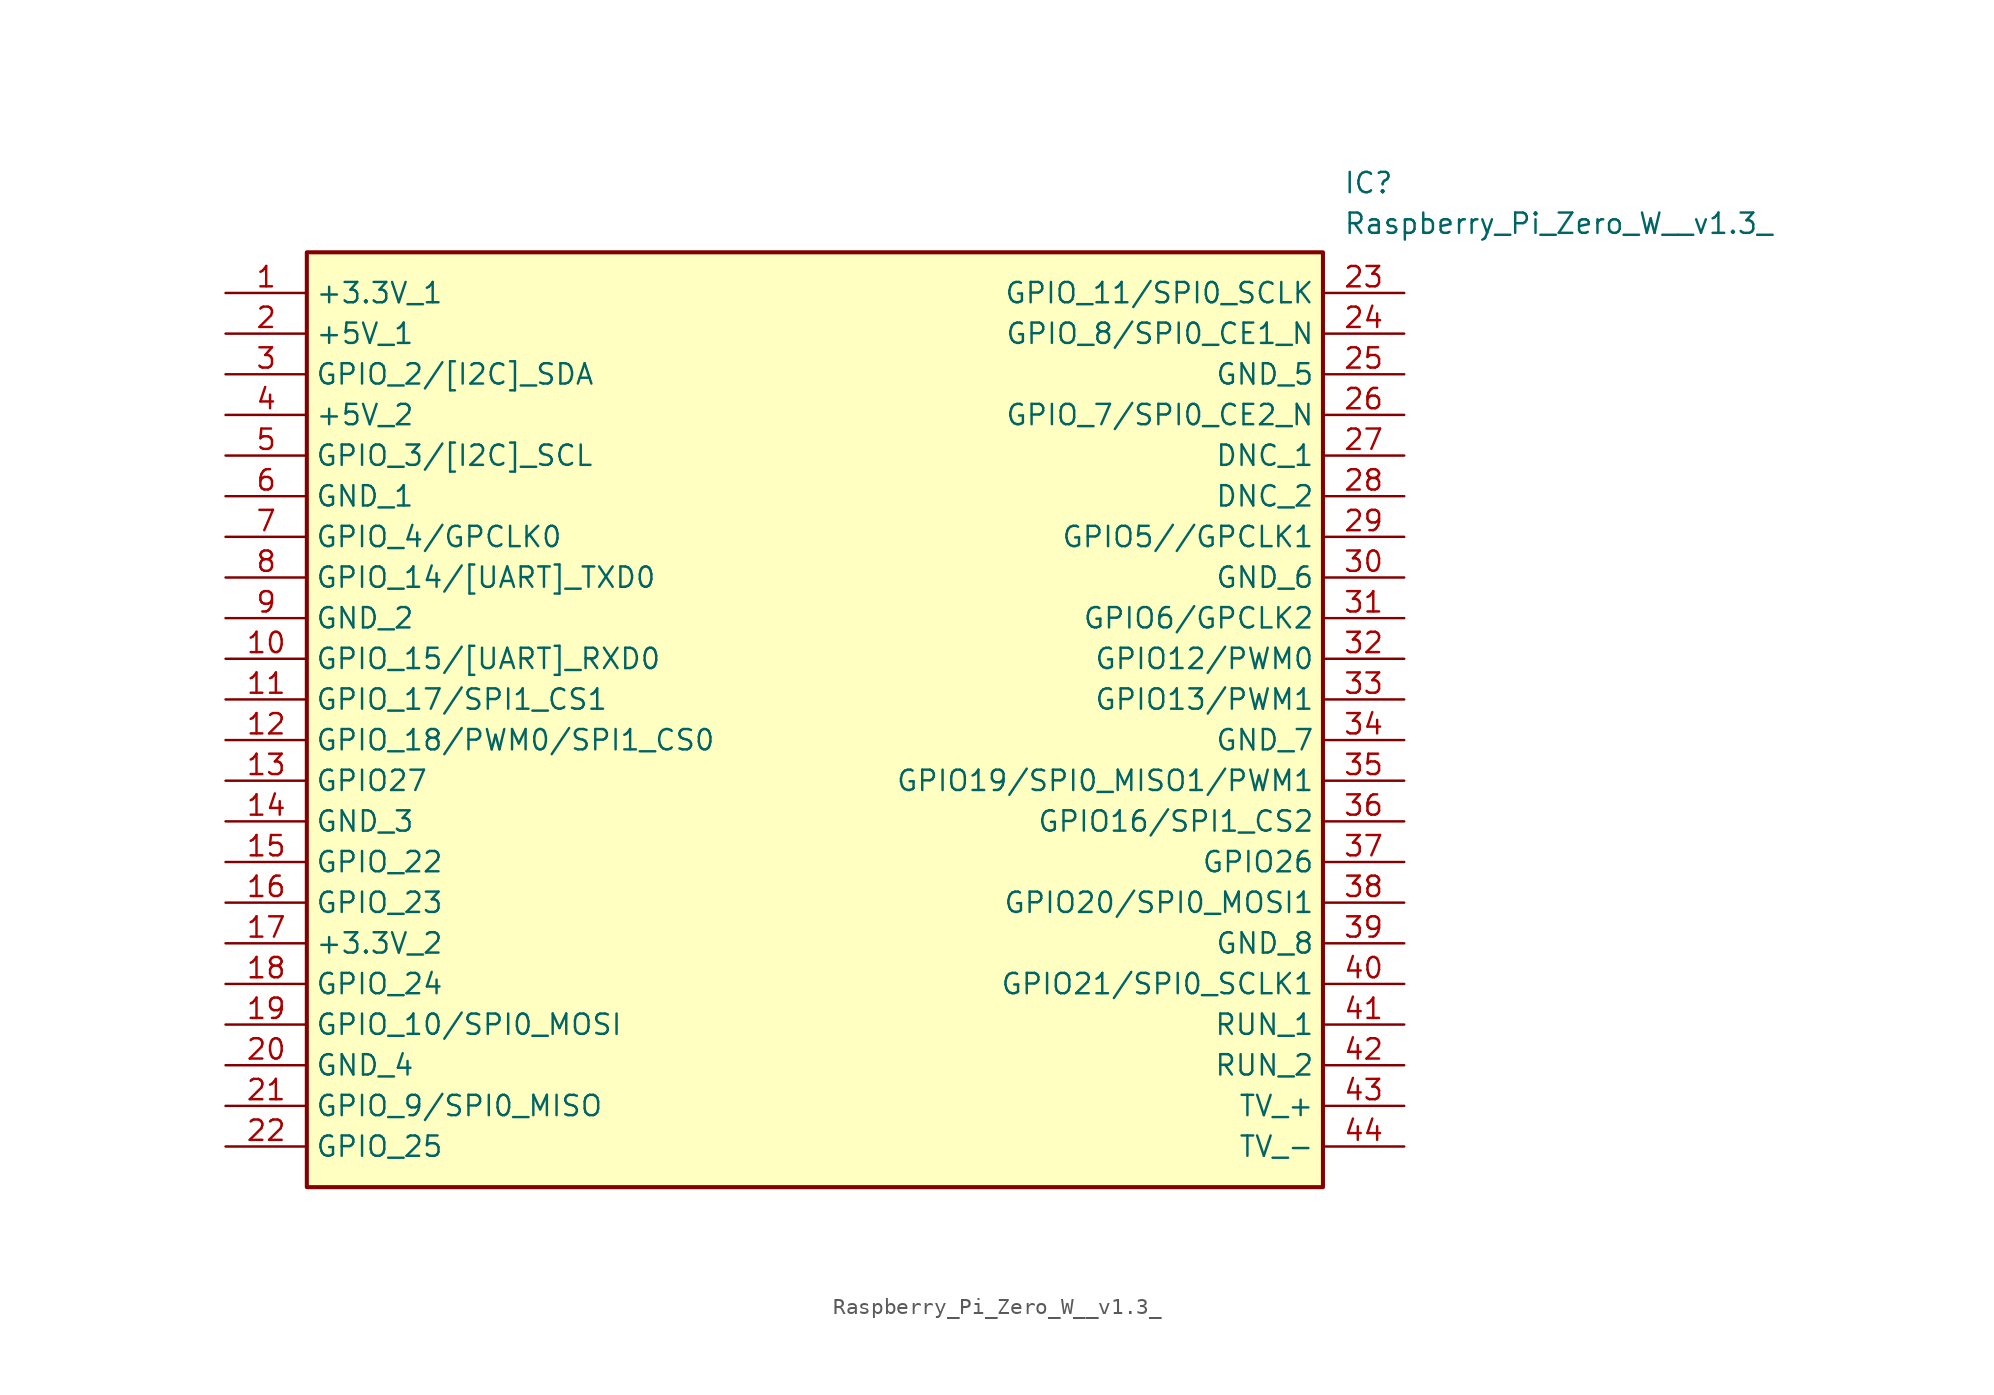
<source format=kicad_sym>
(kicad_symbol_lib
  (version 20211014)
  (generator SamacSys_ECAD_Model)
  (symbol "Raspberry_Pi_Zero_W__v1.3_"
    (property "Reference" "IC"
      (at 69.85 7.62 0)
      (effects (font (size 1.27 1.27)) (justify left top)))
    (property "Value" "Raspberry_Pi_Zero_W__v1.3_"
      (at 69.85 5.08 0)
      (effects (font (size 1.27 1.27)) (justify left top)))
    (rectangle
      (start 5.08 2.54)
      (end 68.58 -55.88)
      (stroke (width 0.254) (type default))
      (fill (type background)))
    (pin passive line
      (at 0 0 0)
      (length 5.08)
      (name "+3.3V_1" (effects (font (size 1.27 1.27))))
      (number "1" (effects (font (size 1.27 1.27)))))
    (pin passive line
      (at 0 -2.54 0)
      (length 5.08)
      (name "+5V_1" (effects (font (size 1.27 1.27))))
      (number "2" (effects (font (size 1.27 1.27)))))
    (pin passive line
      (at 0 -5.08 0)
      (length 5.08)
      (name "GPIO_2/[I2C]_SDA" (effects (font (size 1.27 1.27))))
      (number "3" (effects (font (size 1.27 1.27)))))
    (pin passive line
      (at 0 -7.62 0)
      (length 5.08)
      (name "+5V_2" (effects (font (size 1.27 1.27))))
      (number "4" (effects (font (size 1.27 1.27)))))
    (pin passive line
      (at 0 -10.16 0)
      (length 5.08)
      (name "GPIO_3/[I2C]_SCL" (effects (font (size 1.27 1.27))))
      (number "5" (effects (font (size 1.27 1.27)))))
    (pin passive line
      (at 0 -12.7 0)
      (length 5.08)
      (name "GND_1" (effects (font (size 1.27 1.27))))
      (number "6" (effects (font (size 1.27 1.27)))))
    (pin passive line
      (at 0 -15.24 0)
      (length 5.08)
      (name "GPIO_4/GPCLK0" (effects (font (size 1.27 1.27))))
      (number "7" (effects (font (size 1.27 1.27)))))
    (pin passive line
      (at 0 -17.78 0)
      (length 5.08)
      (name "GPIO_14/[UART]_TXD0" (effects (font (size 1.27 1.27))))
      (number "8" (effects (font (size 1.27 1.27)))))
    (pin passive line
      (at 0 -20.32 0)
      (length 5.08)
      (name "GND_2" (effects (font (size 1.27 1.27))))
      (number "9" (effects (font (size 1.27 1.27)))))
    (pin passive line
      (at 0 -22.86 0)
      (length 5.08)
      (name "GPIO_15/[UART]_RXD0" (effects (font (size 1.27 1.27))))
      (number "10" (effects (font (size 1.27 1.27)))))
    (pin passive line
      (at 0 -25.4 0)
      (length 5.08)
      (name "GPIO_17/SPI1_CS1" (effects (font (size 1.27 1.27))))
      (number "11" (effects (font (size 1.27 1.27)))))
    (pin passive line
      (at 0 -27.94 0)
      (length 5.08)
      (name "GPIO_18/PWM0/SPI1_CS0" (effects (font (size 1.27 1.27))))
      (number "12" (effects (font (size 1.27 1.27)))))
    (pin passive line
      (at 0 -30.48 0)
      (length 5.08)
      (name "GPIO27" (effects (font (size 1.27 1.27))))
      (number "13" (effects (font (size 1.27 1.27)))))
    (pin passive line
      (at 0 -33.02 0)
      (length 5.08)
      (name "GND_3" (effects (font (size 1.27 1.27))))
      (number "14" (effects (font (size 1.27 1.27)))))
    (pin passive line
      (at 0 -35.56 0)
      (length 5.08)
      (name "GPIO_22" (effects (font (size 1.27 1.27))))
      (number "15" (effects (font (size 1.27 1.27)))))
    (pin passive line
      (at 0 -38.1 0)
      (length 5.08)
      (name "GPIO_23" (effects (font (size 1.27 1.27))))
      (number "16" (effects (font (size 1.27 1.27)))))
    (pin passive line
      (at 0 -40.64 0)
      (length 5.08)
      (name "+3.3V_2" (effects (font (size 1.27 1.27))))
      (number "17" (effects (font (size 1.27 1.27)))))
    (pin passive line
      (at 0 -43.18 0)
      (length 5.08)
      (name "GPIO_24" (effects (font (size 1.27 1.27))))
      (number "18" (effects (font (size 1.27 1.27)))))
    (pin passive line
      (at 0 -45.72 0)
      (length 5.08)
      (name "GPIO_10/SPI0_MOSI" (effects (font (size 1.27 1.27))))
      (number "19" (effects (font (size 1.27 1.27)))))
    (pin passive line
      (at 0 -48.26 0)
      (length 5.08)
      (name "GND_4" (effects (font (size 1.27 1.27))))
      (number "20" (effects (font (size 1.27 1.27)))))
    (pin passive line
      (at 0 -50.8 0)
      (length 5.08)
      (name "GPIO_9/SPI0_MISO" (effects (font (size 1.27 1.27))))
      (number "21" (effects (font (size 1.27 1.27)))))
    (pin passive line
      (at 0 -53.34 0)
      (length 5.08)
      (name "GPIO_25" (effects (font (size 1.27 1.27))))
      (number "22" (effects (font (size 1.27 1.27)))))
    (pin passive line
      (at 73.66 0 180)
      (length 5.08)
      (name "GPIO_11/SPI0_SCLK" (effects (font (size 1.27 1.27))))
      (number "23" (effects (font (size 1.27 1.27)))))
    (pin passive line
      (at 73.66 -2.54 180)
      (length 5.08)
      (name "GPIO_8/SPI0_CE1_N" (effects (font (size 1.27 1.27))))
      (number "24" (effects (font (size 1.27 1.27)))))
    (pin passive line
      (at 73.66 -5.08 180)
      (length 5.08)
      (name "GND_5" (effects (font (size 1.27 1.27))))
      (number "25" (effects (font (size 1.27 1.27)))))
    (pin passive line
      (at 73.66 -7.62 180)
      (length 5.08)
      (name "GPIO_7/SPI0_CE2_N" (effects (font (size 1.27 1.27))))
      (number "26" (effects (font (size 1.27 1.27)))))
    (pin passive line
      (at 73.66 -10.16 180)
      (length 5.08)
      (name "DNC_1" (effects (font (size 1.27 1.27))))
      (number "27" (effects (font (size 1.27 1.27)))))
    (pin passive line
      (at 73.66 -12.7 180)
      (length 5.08)
      (name "DNC_2" (effects (font (size 1.27 1.27))))
      (number "28" (effects (font (size 1.27 1.27)))))
    (pin passive line
      (at 73.66 -15.24 180)
      (length 5.08)
      (name "GPIO5//GPCLK1" (effects (font (size 1.27 1.27))))
      (number "29" (effects (font (size 1.27 1.27)))))
    (pin passive line
      (at 73.66 -17.78 180)
      (length 5.08)
      (name "GND_6" (effects (font (size 1.27 1.27))))
      (number "30" (effects (font (size 1.27 1.27)))))
    (pin passive line
      (at 73.66 -20.32 180)
      (length 5.08)
      (name "GPIO6/GPCLK2" (effects (font (size 1.27 1.27))))
      (number "31" (effects (font (size 1.27 1.27)))))
    (pin passive line
      (at 73.66 -22.86 180)
      (length 5.08)
      (name "GPIO12/PWM0" (effects (font (size 1.27 1.27))))
      (number "32" (effects (font (size 1.27 1.27)))))
    (pin passive line
      (at 73.66 -25.4 180)
      (length 5.08)
      (name "GPIO13/PWM1" (effects (font (size 1.27 1.27))))
      (number "33" (effects (font (size 1.27 1.27)))))
    (pin passive line
      (at 73.66 -27.94 180)
      (length 5.08)
      (name "GND_7" (effects (font (size 1.27 1.27))))
      (number "34" (effects (font (size 1.27 1.27)))))
    (pin passive line
      (at 73.66 -30.48 180)
      (length 5.08)
      (name "GPIO19/SPI0_MISO1/PWM1" (effects (font (size 1.27 1.27))))
      (number "35" (effects (font (size 1.27 1.27)))))
    (pin passive line
      (at 73.66 -33.02 180)
      (length 5.08)
      (name "GPIO16/SPI1_CS2" (effects (font (size 1.27 1.27))))
      (number "36" (effects (font (size 1.27 1.27)))))
    (pin passive line
      (at 73.66 -35.56 180)
      (length 5.08)
      (name "GPIO26" (effects (font (size 1.27 1.27))))
      (number "37" (effects (font (size 1.27 1.27)))))
    (pin passive line
      (at 73.66 -38.1 180)
      (length 5.08)
      (name "GPIO20/SPI0_MOSI1" (effects (font (size 1.27 1.27))))
      (number "38" (effects (font (size 1.27 1.27)))))
    (pin passive line
      (at 73.66 -40.64 180)
      (length 5.08)
      (name "GND_8" (effects (font (size 1.27 1.27))))
      (number "39" (effects (font (size 1.27 1.27)))))
    (pin passive line
      (at 73.66 -43.18 180)
      (length 5.08)
      (name "GPIO21/SPI0_SCLK1" (effects (font (size 1.27 1.27))))
      (number "40" (effects (font (size 1.27 1.27)))))
    (pin passive line
      (at 73.66 -45.72 180)
      (length 5.08)
      (name "RUN_1" (effects (font (size 1.27 1.27))))
      (number "41" (effects (font (size 1.27 1.27)))))
    (pin passive line
      (at 73.66 -48.26 180)
      (length 5.08)
      (name "RUN_2" (effects (font (size 1.27 1.27))))
      (number "42" (effects (font (size 1.27 1.27)))))
    (pin passive line
      (at 73.66 -50.8 180)
      (length 5.08)
      (name "TV_+" (effects (font (size 1.27 1.27))))
      (number "43" (effects (font (size 1.27 1.27)))))
    (pin passive line
      (at 73.66 -53.34 180)
      (length 5.08)
      (name "TV_-" (effects (font (size 1.27 1.27))))
      (number "44" (effects (font (size 1.27 1.27)))))))
</source>
